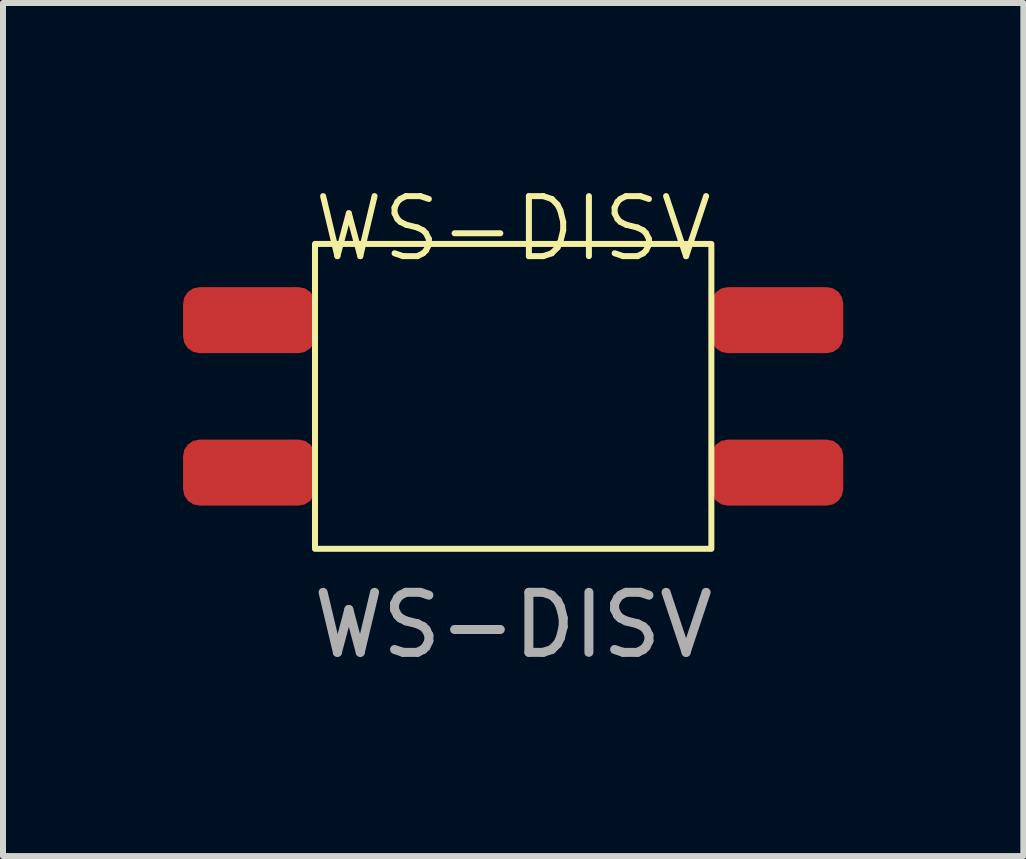
<source format=kicad_pcb>
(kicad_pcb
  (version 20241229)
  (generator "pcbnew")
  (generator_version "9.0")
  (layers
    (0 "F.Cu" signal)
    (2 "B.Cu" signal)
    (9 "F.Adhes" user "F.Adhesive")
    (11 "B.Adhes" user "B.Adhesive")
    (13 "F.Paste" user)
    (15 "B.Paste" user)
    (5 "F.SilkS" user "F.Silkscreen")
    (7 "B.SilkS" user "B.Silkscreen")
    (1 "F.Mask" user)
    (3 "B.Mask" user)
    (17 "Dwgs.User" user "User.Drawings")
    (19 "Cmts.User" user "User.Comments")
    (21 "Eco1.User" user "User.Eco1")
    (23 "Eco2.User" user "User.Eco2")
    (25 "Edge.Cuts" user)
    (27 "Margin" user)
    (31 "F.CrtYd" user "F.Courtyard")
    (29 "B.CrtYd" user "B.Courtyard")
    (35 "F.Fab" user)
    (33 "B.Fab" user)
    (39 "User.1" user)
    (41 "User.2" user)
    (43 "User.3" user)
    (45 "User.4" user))
  (footprint "WS-DISV"
    (layer "F.Cu")
    (at 5.5 3.554)
    (property "Reference" "WS-DISV" (at 0 -2.794 0) (unlocked yes) (layer "F.SilkS") (effects (font (size 1 1) (thickness 0.1))))
    (attr smd)
    (fp_rect (start -3.302 -2.54) (end 3.302 2.54) (stroke (width 0.1) (type default)) (fill no) (layer "F.SilkS"))
    (fp_text user "${REFERENCE}" (at 0 3.81 0) (unlocked yes) (layer "F.Fab") (effects (font (size 1 1) (thickness 0.15))))
    (pad "1" smd roundrect (at 4.4 1.27) (size 2.2 1.1) (layers "F.Cu" "F.Mask" "F.Paste") (roundrect_rratio 0.25))
    (pad "2" smd roundrect (at 4.4 -1.27) (size 2.2 1.1) (layers "F.Cu" "F.Mask" "F.Paste") (roundrect_rratio 0.25))
    (pad "3" smd roundrect (at -4.4 1.27) (size 2.2 1.1) (layers "F.Cu" "F.Mask" "F.Paste") (roundrect_rratio 0.25))
    (pad "4" smd roundrect (at -4.4 -1.27) (size 2.2 1.1) (layers "F.Cu" "F.Mask" "F.Paste") (roundrect_rratio 0.25)))
  (gr_rect
    (start -3 -3)
    (end 14 11.213)
    (stroke (width 0.1) (type default))
    (fill no)
    (layer "Edge.Cuts")))
</source>
